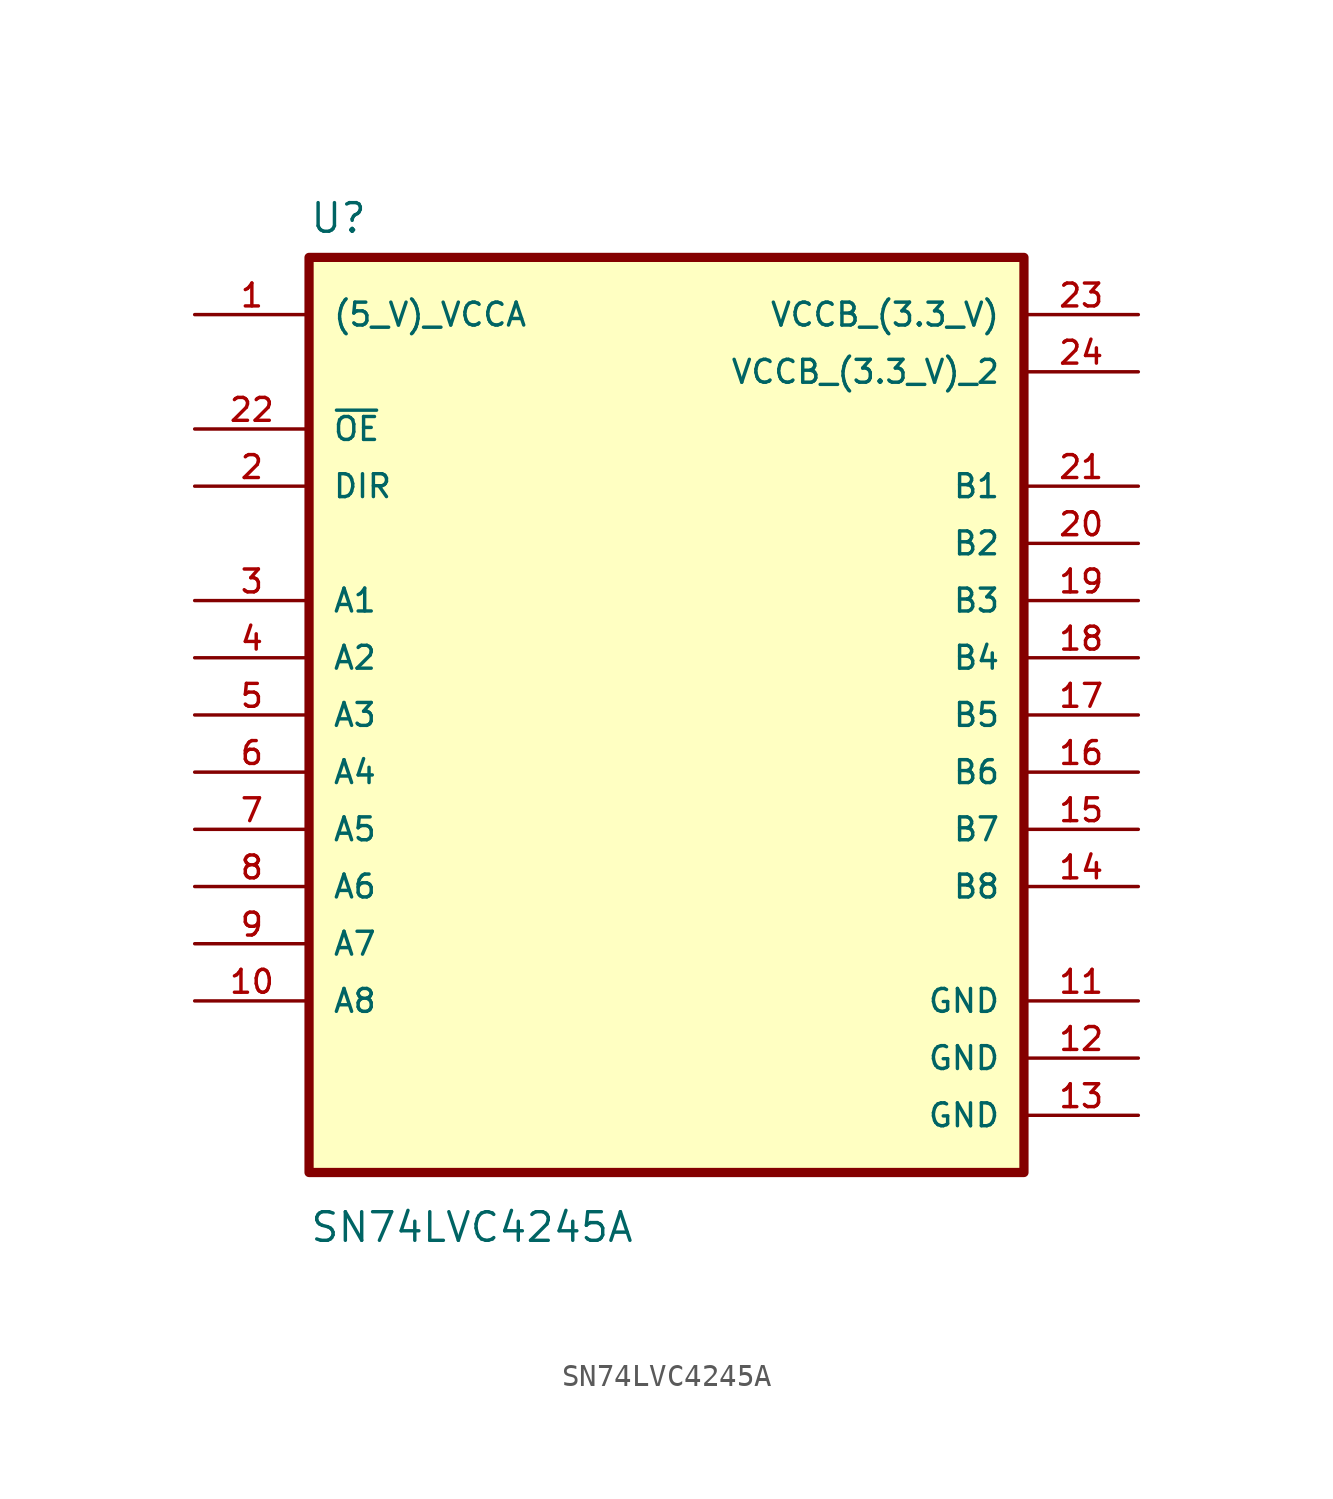
<source format=kicad_sym>
(kicad_symbol_lib
  (version 20220914)
  (generator kicad_symbol_editor)
  (symbol "SN74LVC4245A"
    (pin_names
      (offset 1.016))
    (property "Reference" "U"
      (at -20.32 26.4 0)
      (effects (font (size 1.27 1.27)) (justify left bottom)))
    (property "Value" "SN74LVC4245A"
      (at -20.32 -18.415 0)
      (effects (font (size 1.27 1.27)) (justify left bottom)))
    (symbol "SN74LVC4245A_0_0"
      (rectangle (start -20.32 25.4) (end 11.43 -15.24) (stroke (width 0.41) (type default)) (fill (type background)))
      (pin power_in line (at -25.4 22.86 0) (length 5.08) (name "(5_V)_VCCA" (effects (font (size 1.016 1.016)))) (number "1" (effects (font (size 1.016 1.016)))))
      (pin bidirectional line (at -25.4 -7.62 0) (length 5.08) (name "A8" (effects (font (size 1.016 1.016)))) (number "10" (effects (font (size 1.016 1.016)))))
      (pin power_in line (at 16.51 -7.62 180) (length 5.08) (name "GND" (effects (font (size 1.016 1.016)))) (number "11" (effects (font (size 1.016 1.016)))))
      (pin power_in line (at 16.51 -10.16 180) (length 5.08) (name "GND" (effects (font (size 1.016 1.016)))) (number "12" (effects (font (size 1.016 1.016)))))
      (pin power_in line (at 16.51 -12.7 180) (length 5.08) (name "GND" (effects (font (size 1.016 1.016)))) (number "13" (effects (font (size 1.016 1.016)))))
      (pin bidirectional line (at 16.51 -2.54 180) (length 5.08) (name "B8" (effects (font (size 1.016 1.016)))) (number "14" (effects (font (size 1.016 1.016)))))
      (pin bidirectional line (at 16.51 0 180) (length 5.08) (name "B7" (effects (font (size 1.016 1.016)))) (number "15" (effects (font (size 1.016 1.016)))))
      (pin bidirectional line (at 16.51 2.54 180) (length 5.08) (name "B6" (effects (font (size 1.016 1.016)))) (number "16" (effects (font (size 1.016 1.016)))))
      (pin bidirectional line (at 16.51 5.08 180) (length 5.08) (name "B5" (effects (font (size 1.016 1.016)))) (number "17" (effects (font (size 1.016 1.016)))))
      (pin bidirectional line (at 16.51 7.62 180) (length 5.08) (name "B4" (effects (font (size 1.016 1.016)))) (number "18" (effects (font (size 1.016 1.016)))))
      (pin bidirectional line (at 16.51 10.16 180) (length 5.08) (name "B3" (effects (font (size 1.016 1.016)))) (number "19" (effects (font (size 1.016 1.016)))))
      (pin input line (at -25.4 15.24 0) (length 5.08) (name "DIR" (effects (font (size 1.016 1.016)))) (number "2" (effects (font (size 1.016 1.016)))))
      (pin bidirectional line (at 16.51 12.7 180) (length 5.08) (name "B2" (effects (font (size 1.016 1.016)))) (number "20" (effects (font (size 1.016 1.016)))))
      (pin bidirectional line (at 16.51 15.24 180) (length 5.08) (name "B1" (effects (font (size 1.016 1.016)))) (number "21" (effects (font (size 1.016 1.016)))))
      (pin input line (at -25.4 17.78 0) (length 5.08) (name "~{OE}" (effects (font (size 1.016 1.016)))) (number "22" (effects (font (size 1.016 1.016)))))
      (pin power_in line (at 16.51 22.86 180) (length 5.08) (name "VCCB_(3.3_V)" (effects (font (size 1.016 1.016)))) (number "23" (effects (font (size 1.016 1.016)))))
      (pin power_in line (at 16.51 20.32 180) (length 5.08) (name "VCCB_(3.3_V)_2" (effects (font (size 1.016 1.016)))) (number "24" (effects (font (size 1.016 1.016)))))
      (pin bidirectional line (at -25.4 10.16 0) (length 5.08) (name "A1" (effects (font (size 1.016 1.016)))) (number "3" (effects (font (size 1.016 1.016)))))
      (pin bidirectional line (at -25.4 7.62 0) (length 5.08) (name "A2" (effects (font (size 1.016 1.016)))) (number "4" (effects (font (size 1.016 1.016)))))
      (pin bidirectional line (at -25.4 5.08 0) (length 5.08) (name "A3" (effects (font (size 1.016 1.016)))) (number "5" (effects (font (size 1.016 1.016)))))
      (pin bidirectional line (at -25.4 2.54 0) (length 5.08) (name "A4" (effects (font (size 1.016 1.016)))) (number "6" (effects (font (size 1.016 1.016)))))
      (pin bidirectional line (at -25.4 0 0) (length 5.08) (name "A5" (effects (font (size 1.016 1.016)))) (number "7" (effects (font (size 1.016 1.016)))))
      (pin bidirectional line (at -25.4 -2.54 0) (length 5.08) (name "A6" (effects (font (size 1.016 1.016)))) (number "8" (effects (font (size 1.016 1.016)))))
      (pin bidirectional line (at -25.4 -5.08 0) (length 5.08) (name "A7" (effects (font (size 1.016 1.016)))) (number "9" (effects (font (size 1.016 1.016))))))))
</source>
